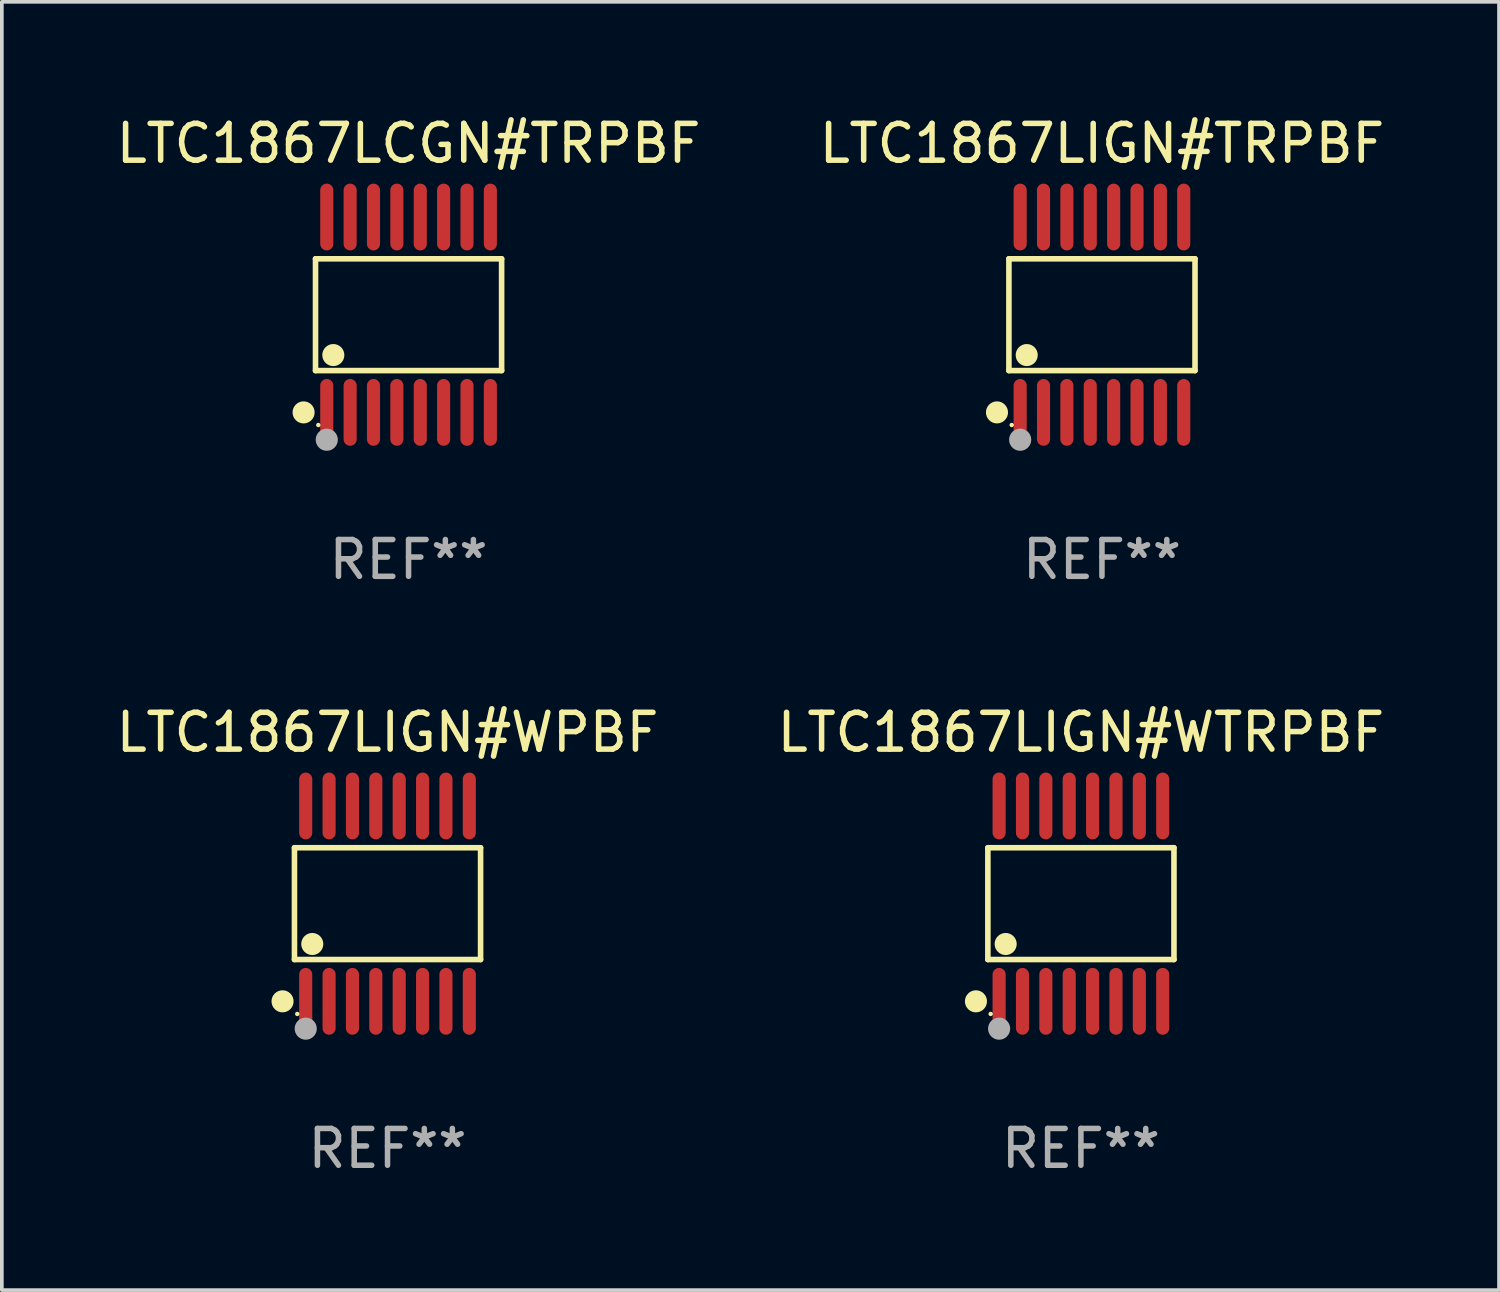
<source format=kicad_pcb>
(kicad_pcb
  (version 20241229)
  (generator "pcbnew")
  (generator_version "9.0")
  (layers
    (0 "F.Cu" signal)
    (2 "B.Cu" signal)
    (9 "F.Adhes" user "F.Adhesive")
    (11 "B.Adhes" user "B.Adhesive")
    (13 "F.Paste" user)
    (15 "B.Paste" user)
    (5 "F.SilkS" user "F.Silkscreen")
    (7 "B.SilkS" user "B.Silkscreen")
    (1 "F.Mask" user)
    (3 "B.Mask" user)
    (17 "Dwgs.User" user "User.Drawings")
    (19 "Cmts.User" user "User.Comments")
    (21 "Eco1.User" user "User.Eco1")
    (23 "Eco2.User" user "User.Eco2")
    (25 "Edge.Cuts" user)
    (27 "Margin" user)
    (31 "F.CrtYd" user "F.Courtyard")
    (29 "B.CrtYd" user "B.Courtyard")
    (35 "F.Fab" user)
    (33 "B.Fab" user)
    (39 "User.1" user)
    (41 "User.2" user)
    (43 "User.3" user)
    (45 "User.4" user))
  (footprint "LTC1867LIGN#WTRPBF"
    (layer "F.Cu")
    (at 26.327 21.509)
    (property "Reference" "LTC1867LIGN#WTRPBF" (at 0 -4.655 0) (layer "F.SilkS") (effects (font (size 1 1) (thickness 0.15))))
    (attr through_hole)
    (fp_line (start -2.529 -1.519) (end 2.529 -1.519) (stroke (width 0.152) (type solid)) (layer "F.SilkS"))
    (fp_line (start -2.529 1.519) (end -2.529 -1.519) (stroke (width 0.152) (type solid)) (layer "F.SilkS"))
    (fp_line (start 2.529 -1.519) (end 2.529 1.519) (stroke (width 0.152) (type solid)) (layer "F.SilkS"))
    (fp_line (start 2.529 1.519) (end -2.529 1.519) (stroke (width 0.152) (type solid)) (layer "F.SilkS"))
    (fp_circle (center -2.853 2.655) (end -2.703 2.655) (stroke (width 0.3) (type solid)) (fill no) (layer "F.SilkS"))
    (fp_circle (center -2.453 2.998) (end -2.423 2.998) (stroke (width 0.06) (type solid)) (fill no) (layer "F.SilkS"))
    (fp_circle (center -2.045 1.097) (end -1.895 1.097) (stroke (width 0.3) (type solid)) (fill no) (layer "F.SilkS"))
    (fp_circle (center -2.223 3.398) (end -2.072 3.398) (stroke (width 0.3) (type solid)) (fill no) (layer "F.Fab"))
    (fp_text user "REF**" (at 0 6.655 0) (layer "F.Fab") (effects (font (size 1 1) (thickness 0.15))))
    (pad "1" smd oval (at -2.223 2.655) (size 0.356 1.815) (layers "F.Cu" "F.Mask" "F.Paste"))
    (pad "2" smd oval (at -1.588 2.655) (size 0.356 1.815) (layers "F.Cu" "F.Mask" "F.Paste"))
    (pad "3" smd oval (at -0.953 2.655) (size 0.356 1.815) (layers "F.Cu" "F.Mask" "F.Paste"))
    (pad "4" smd oval (at -0.318 2.655) (size 0.356 1.815) (layers "F.Cu" "F.Mask" "F.Paste"))
    (pad "5" smd oval (at 0.318 2.655) (size 0.356 1.815) (layers "F.Cu" "F.Mask" "F.Paste"))
    (pad "6" smd oval (at 0.953 2.655) (size 0.356 1.815) (layers "F.Cu" "F.Mask" "F.Paste"))
    (pad "7" smd oval (at 1.588 2.655) (size 0.356 1.815) (layers "F.Cu" "F.Mask" "F.Paste"))
    (pad "8" smd oval (at 2.223 2.655) (size 0.356 1.815) (layers "F.Cu" "F.Mask" "F.Paste"))
    (pad "9" smd oval (at 2.223 -2.655) (size 0.356 1.815) (layers "F.Cu" "F.Mask" "F.Paste"))
    (pad "10" smd oval (at 1.588 -2.655) (size 0.356 1.815) (layers "F.Cu" "F.Mask" "F.Paste"))
    (pad "11" smd oval (at 0.953 -2.655) (size 0.356 1.815) (layers "F.Cu" "F.Mask" "F.Paste"))
    (pad "12" smd oval (at 0.318 -2.655) (size 0.356 1.815) (layers "F.Cu" "F.Mask" "F.Paste"))
    (pad "13" smd oval (at -0.318 -2.655) (size 0.356 1.815) (layers "F.Cu" "F.Mask" "F.Paste"))
    (pad "14" smd oval (at -0.953 -2.655) (size 0.356 1.815) (layers "F.Cu" "F.Mask" "F.Paste"))
    (pad "15" smd oval (at -1.588 -2.655) (size 0.356 1.815) (layers "F.Cu" "F.Mask" "F.Paste"))
    (pad "16" smd oval (at -2.223 -2.655) (size 0.356 1.815) (layers "F.Cu" "F.Mask" "F.Paste")))
  (footprint "LTC1867LIGN#WPBF"
    (layer "F.Cu")
    (at 7.482 21.509)
    (property "Reference" "LTC1867LIGN#WPBF" (at 0 -4.655 0) (layer "F.SilkS") (effects (font (size 1 1) (thickness 0.15))))
    (attr through_hole)
    (fp_line (start -2.529 -1.519) (end 2.529 -1.519) (stroke (width 0.152) (type solid)) (layer "F.SilkS"))
    (fp_line (start -2.529 1.519) (end -2.529 -1.519) (stroke (width 0.152) (type solid)) (layer "F.SilkS"))
    (fp_line (start 2.529 -1.519) (end 2.529 1.519) (stroke (width 0.152) (type solid)) (layer "F.SilkS"))
    (fp_line (start 2.529 1.519) (end -2.529 1.519) (stroke (width 0.152) (type solid)) (layer "F.SilkS"))
    (fp_circle (center -2.853 2.655) (end -2.703 2.655) (stroke (width 0.3) (type solid)) (fill no) (layer "F.SilkS"))
    (fp_circle (center -2.453 2.998) (end -2.423 2.998) (stroke (width 0.06) (type solid)) (fill no) (layer "F.SilkS"))
    (fp_circle (center -2.045 1.097) (end -1.895 1.097) (stroke (width 0.3) (type solid)) (fill no) (layer "F.SilkS"))
    (fp_circle (center -2.223 3.398) (end -2.072 3.398) (stroke (width 0.3) (type solid)) (fill no) (layer "F.Fab"))
    (fp_text user "REF**" (at 0 6.655 0) (layer "F.Fab") (effects (font (size 1 1) (thickness 0.15))))
    (pad "1" smd oval (at -2.223 2.655) (size 0.356 1.815) (layers "F.Cu" "F.Mask" "F.Paste"))
    (pad "2" smd oval (at -1.588 2.655) (size 0.356 1.815) (layers "F.Cu" "F.Mask" "F.Paste"))
    (pad "3" smd oval (at -0.953 2.655) (size 0.356 1.815) (layers "F.Cu" "F.Mask" "F.Paste"))
    (pad "4" smd oval (at -0.318 2.655) (size 0.356 1.815) (layers "F.Cu" "F.Mask" "F.Paste"))
    (pad "5" smd oval (at 0.318 2.655) (size 0.356 1.815) (layers "F.Cu" "F.Mask" "F.Paste"))
    (pad "6" smd oval (at 0.953 2.655) (size 0.356 1.815) (layers "F.Cu" "F.Mask" "F.Paste"))
    (pad "7" smd oval (at 1.588 2.655) (size 0.356 1.815) (layers "F.Cu" "F.Mask" "F.Paste"))
    (pad "8" smd oval (at 2.223 2.655) (size 0.356 1.815) (layers "F.Cu" "F.Mask" "F.Paste"))
    (pad "9" smd oval (at 2.223 -2.655) (size 0.356 1.815) (layers "F.Cu" "F.Mask" "F.Paste"))
    (pad "10" smd oval (at 1.588 -2.655) (size 0.356 1.815) (layers "F.Cu" "F.Mask" "F.Paste"))
    (pad "11" smd oval (at 0.953 -2.655) (size 0.356 1.815) (layers "F.Cu" "F.Mask" "F.Paste"))
    (pad "12" smd oval (at 0.318 -2.655) (size 0.356 1.815) (layers "F.Cu" "F.Mask" "F.Paste"))
    (pad "13" smd oval (at -0.318 -2.655) (size 0.356 1.815) (layers "F.Cu" "F.Mask" "F.Paste"))
    (pad "14" smd oval (at -0.953 -2.655) (size 0.356 1.815) (layers "F.Cu" "F.Mask" "F.Paste"))
    (pad "15" smd oval (at -1.588 -2.655) (size 0.356 1.815) (layers "F.Cu" "F.Mask" "F.Paste"))
    (pad "16" smd oval (at -2.223 -2.655) (size 0.356 1.815) (layers "F.Cu" "F.Mask" "F.Paste")))
  (footprint "LTC1867LCGN#TRPBF"
    (layer "F.Cu")
    (at 8.054 5.503)
    (property "Reference" "LTC1867LCGN#TRPBF" (at 0 -4.655 0) (layer "F.SilkS") (effects (font (size 1 1) (thickness 0.15))))
    (attr through_hole)
    (fp_line (start -2.529 -1.519) (end 2.529 -1.519) (stroke (width 0.152) (type solid)) (layer "F.SilkS"))
    (fp_line (start -2.529 1.519) (end -2.529 -1.519) (stroke (width 0.152) (type solid)) (layer "F.SilkS"))
    (fp_line (start 2.529 -1.519) (end 2.529 1.519) (stroke (width 0.152) (type solid)) (layer "F.SilkS"))
    (fp_line (start 2.529 1.519) (end -2.529 1.519) (stroke (width 0.152) (type solid)) (layer "F.SilkS"))
    (fp_circle (center -2.853 2.655) (end -2.703 2.655) (stroke (width 0.3) (type solid)) (fill no) (layer "F.SilkS"))
    (fp_circle (center -2.453 2.998) (end -2.423 2.998) (stroke (width 0.06) (type solid)) (fill no) (layer "F.SilkS"))
    (fp_circle (center -2.045 1.097) (end -1.895 1.097) (stroke (width 0.3) (type solid)) (fill no) (layer "F.SilkS"))
    (fp_circle (center -2.223 3.398) (end -2.072 3.398) (stroke (width 0.3) (type solid)) (fill no) (layer "F.Fab"))
    (fp_text user "REF**" (at 0 6.655 0) (layer "F.Fab") (effects (font (size 1 1) (thickness 0.15))))
    (pad "1" smd oval (at -2.223 2.655) (size 0.356 1.815) (layers "F.Cu" "F.Mask" "F.Paste"))
    (pad "2" smd oval (at -1.588 2.655) (size 0.356 1.815) (layers "F.Cu" "F.Mask" "F.Paste"))
    (pad "3" smd oval (at -0.953 2.655) (size 0.356 1.815) (layers "F.Cu" "F.Mask" "F.Paste"))
    (pad "4" smd oval (at -0.318 2.655) (size 0.356 1.815) (layers "F.Cu" "F.Mask" "F.Paste"))
    (pad "5" smd oval (at 0.318 2.655) (size 0.356 1.815) (layers "F.Cu" "F.Mask" "F.Paste"))
    (pad "6" smd oval (at 0.953 2.655) (size 0.356 1.815) (layers "F.Cu" "F.Mask" "F.Paste"))
    (pad "7" smd oval (at 1.588 2.655) (size 0.356 1.815) (layers "F.Cu" "F.Mask" "F.Paste"))
    (pad "8" smd oval (at 2.223 2.655) (size 0.356 1.815) (layers "F.Cu" "F.Mask" "F.Paste"))
    (pad "9" smd oval (at 2.223 -2.655) (size 0.356 1.815) (layers "F.Cu" "F.Mask" "F.Paste"))
    (pad "10" smd oval (at 1.588 -2.655) (size 0.356 1.815) (layers "F.Cu" "F.Mask" "F.Paste"))
    (pad "11" smd oval (at 0.953 -2.655) (size 0.356 1.815) (layers "F.Cu" "F.Mask" "F.Paste"))
    (pad "12" smd oval (at 0.318 -2.655) (size 0.356 1.815) (layers "F.Cu" "F.Mask" "F.Paste"))
    (pad "13" smd oval (at -0.318 -2.655) (size 0.356 1.815) (layers "F.Cu" "F.Mask" "F.Paste"))
    (pad "14" smd oval (at -0.953 -2.655) (size 0.356 1.815) (layers "F.Cu" "F.Mask" "F.Paste"))
    (pad "15" smd oval (at -1.588 -2.655) (size 0.356 1.815) (layers "F.Cu" "F.Mask" "F.Paste"))
    (pad "16" smd oval (at -2.223 -2.655) (size 0.356 1.815) (layers "F.Cu" "F.Mask" "F.Paste")))
  (footprint "LTC1867LIGN#TRPBF"
    (layer "F.Cu")
    (at 26.899 5.503)
    (property "Reference" "LTC1867LIGN#TRPBF" (at 0 -4.655 0) (layer "F.SilkS") (effects (font (size 1 1) (thickness 0.15))))
    (attr through_hole)
    (fp_line (start -2.529 -1.519) (end 2.529 -1.519) (stroke (width 0.152) (type solid)) (layer "F.SilkS"))
    (fp_line (start -2.529 1.519) (end -2.529 -1.519) (stroke (width 0.152) (type solid)) (layer "F.SilkS"))
    (fp_line (start 2.529 -1.519) (end 2.529 1.519) (stroke (width 0.152) (type solid)) (layer "F.SilkS"))
    (fp_line (start 2.529 1.519) (end -2.529 1.519) (stroke (width 0.152) (type solid)) (layer "F.SilkS"))
    (fp_circle (center -2.853 2.655) (end -2.703 2.655) (stroke (width 0.3) (type solid)) (fill no) (layer "F.SilkS"))
    (fp_circle (center -2.453 2.998) (end -2.423 2.998) (stroke (width 0.06) (type solid)) (fill no) (layer "F.SilkS"))
    (fp_circle (center -2.045 1.097) (end -1.895 1.097) (stroke (width 0.3) (type solid)) (fill no) (layer "F.SilkS"))
    (fp_circle (center -2.223 3.398) (end -2.072 3.398) (stroke (width 0.3) (type solid)) (fill no) (layer "F.Fab"))
    (fp_text user "REF**" (at 0 6.655 0) (layer "F.Fab") (effects (font (size 1 1) (thickness 0.15))))
    (pad "1" smd oval (at -2.223 2.655) (size 0.356 1.815) (layers "F.Cu" "F.Mask" "F.Paste"))
    (pad "2" smd oval (at -1.588 2.655) (size 0.356 1.815) (layers "F.Cu" "F.Mask" "F.Paste"))
    (pad "3" smd oval (at -0.953 2.655) (size 0.356 1.815) (layers "F.Cu" "F.Mask" "F.Paste"))
    (pad "4" smd oval (at -0.318 2.655) (size 0.356 1.815) (layers "F.Cu" "F.Mask" "F.Paste"))
    (pad "5" smd oval (at 0.318 2.655) (size 0.356 1.815) (layers "F.Cu" "F.Mask" "F.Paste"))
    (pad "6" smd oval (at 0.953 2.655) (size 0.356 1.815) (layers "F.Cu" "F.Mask" "F.Paste"))
    (pad "7" smd oval (at 1.588 2.655) (size 0.356 1.815) (layers "F.Cu" "F.Mask" "F.Paste"))
    (pad "8" smd oval (at 2.223 2.655) (size 0.356 1.815) (layers "F.Cu" "F.Mask" "F.Paste"))
    (pad "9" smd oval (at 2.223 -2.655) (size 0.356 1.815) (layers "F.Cu" "F.Mask" "F.Paste"))
    (pad "10" smd oval (at 1.588 -2.655) (size 0.356 1.815) (layers "F.Cu" "F.Mask" "F.Paste"))
    (pad "11" smd oval (at 0.953 -2.655) (size 0.356 1.815) (layers "F.Cu" "F.Mask" "F.Paste"))
    (pad "12" smd oval (at 0.318 -2.655) (size 0.356 1.815) (layers "F.Cu" "F.Mask" "F.Paste"))
    (pad "13" smd oval (at -0.318 -2.655) (size 0.356 1.815) (layers "F.Cu" "F.Mask" "F.Paste"))
    (pad "14" smd oval (at -0.953 -2.655) (size 0.356 1.815) (layers "F.Cu" "F.Mask" "F.Paste"))
    (pad "15" smd oval (at -1.588 -2.655) (size 0.356 1.815) (layers "F.Cu" "F.Mask" "F.Paste"))
    (pad "16" smd oval (at -2.223 -2.655) (size 0.356 1.815) (layers "F.Cu" "F.Mask" "F.Paste")))
  (gr_rect
    (start -3 -3)
    (end 37.69 32.012)
    (stroke (width 0.1) (type default))
    (fill no)
    (layer "Edge.Cuts")))
</source>
